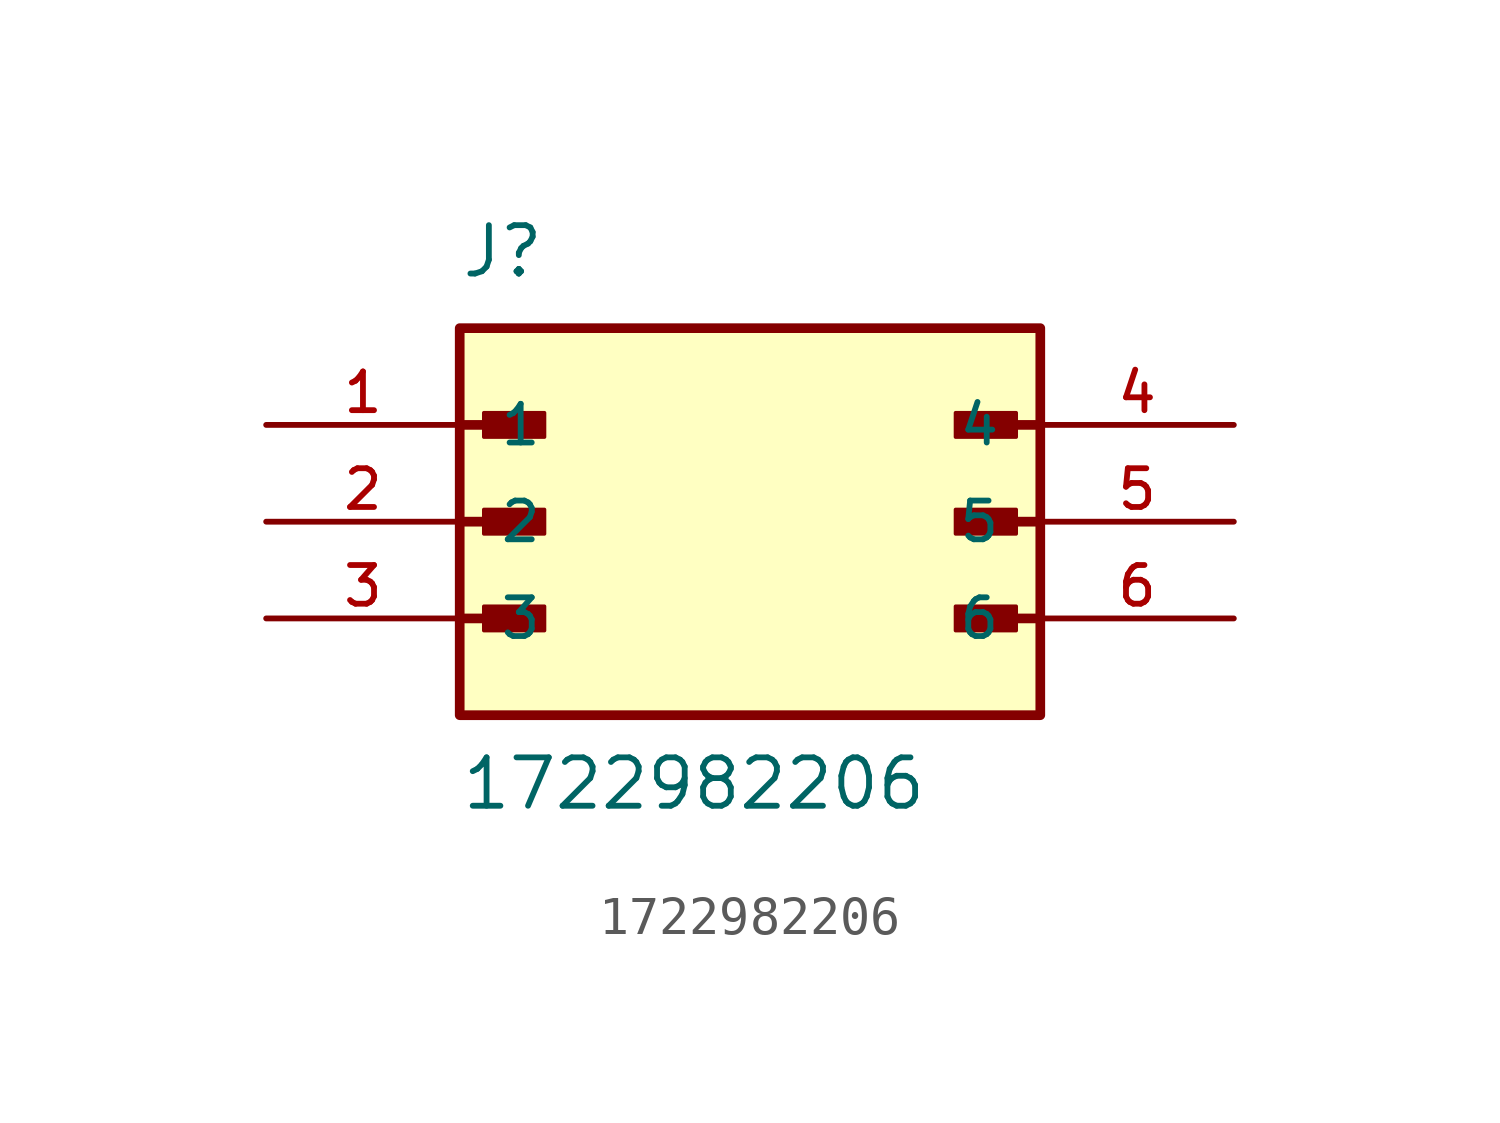
<source format=kicad_sym>
(kicad_symbol_lib
  (version 20211014)
  (generator kicad_symbol_editor)
  (symbol "1722982206"
    (pin_names
      (offset 1.016))
    (property "Reference" "J"
      (at -7.62 6.35 0)
      (effects (font (size 1.27 1.27)) (justify bottom left)))
    (property "Value" "1722982206"
      (at -7.62 -7.62 0)
      (effects (font (size 1.27 1.27)) (justify bottom left)))
    (symbol "1722982206_0_0"
      (polyline (pts (xy -7.62 2.54) (xy -5.715 2.54)) (stroke (width 0.254)))
      (rectangle (start -6.985 2.223) (end -5.397 2.857) (stroke (width 0.1)) (fill (type outline)))
      (polyline (pts (xy -7.62 0.0) (xy -5.715 0.0)) (stroke (width 0.254)))
      (rectangle (start -6.985 -0.318) (end -5.397 0.318) (stroke (width 0.1)) (fill (type outline)))
      (polyline (pts (xy -7.62 -2.54) (xy -5.715 -2.54)) (stroke (width 0.254)))
      (rectangle (start -6.985 -2.857) (end -5.397 -2.223) (stroke (width 0.1)) (fill (type outline)))
      (polyline (pts (xy 7.62 2.54) (xy 5.715 2.54)) (stroke (width 0.254)))
      (rectangle (start 5.397 2.223) (end 6.985 2.857) (stroke (width 0.1)) (fill (type outline)))
      (polyline (pts (xy 7.62 0.0) (xy 5.715 0.0)) (stroke (width 0.254)))
      (rectangle (start 5.397 -0.318) (end 6.985 0.318) (stroke (width 0.1)) (fill (type outline)))
      (polyline (pts (xy 7.62 -2.54) (xy 5.715 -2.54)) (stroke (width 0.254)))
      (rectangle (start 5.397 -2.857) (end 6.985 -2.223) (stroke (width 0.1)) (fill (type outline)))
      (rectangle (start -7.62 -5.08) (end 7.62 5.08) (stroke (width 0.254)) (fill (type background)))
      (pin passive line (at -12.7 2.54 0) (length 5.08) (name "1" (effects (font (size 1.016 1.016)))) (number "1" (effects (font (size 1.016 1.016)))))
      (pin passive line (at -12.7 0.0 0) (length 5.08) (name "2" (effects (font (size 1.016 1.016)))) (number "2" (effects (font (size 1.016 1.016)))))
      (pin passive line (at -12.7 -2.54 0) (length 5.08) (name "3" (effects (font (size 1.016 1.016)))) (number "3" (effects (font (size 1.016 1.016)))))
      (pin passive line (at 12.7 2.54 180.0) (length 5.08) (name "4" (effects (font (size 1.016 1.016)))) (number "4" (effects (font (size 1.016 1.016)))))
      (pin passive line (at 12.7 0.0 180.0) (length 5.08) (name "5" (effects (font (size 1.016 1.016)))) (number "5" (effects (font (size 1.016 1.016)))))
      (pin passive line (at 12.7 -2.54 180.0) (length 5.08) (name "6" (effects (font (size 1.016 1.016)))) (number "6" (effects (font (size 1.016 1.016))))))))
</source>
